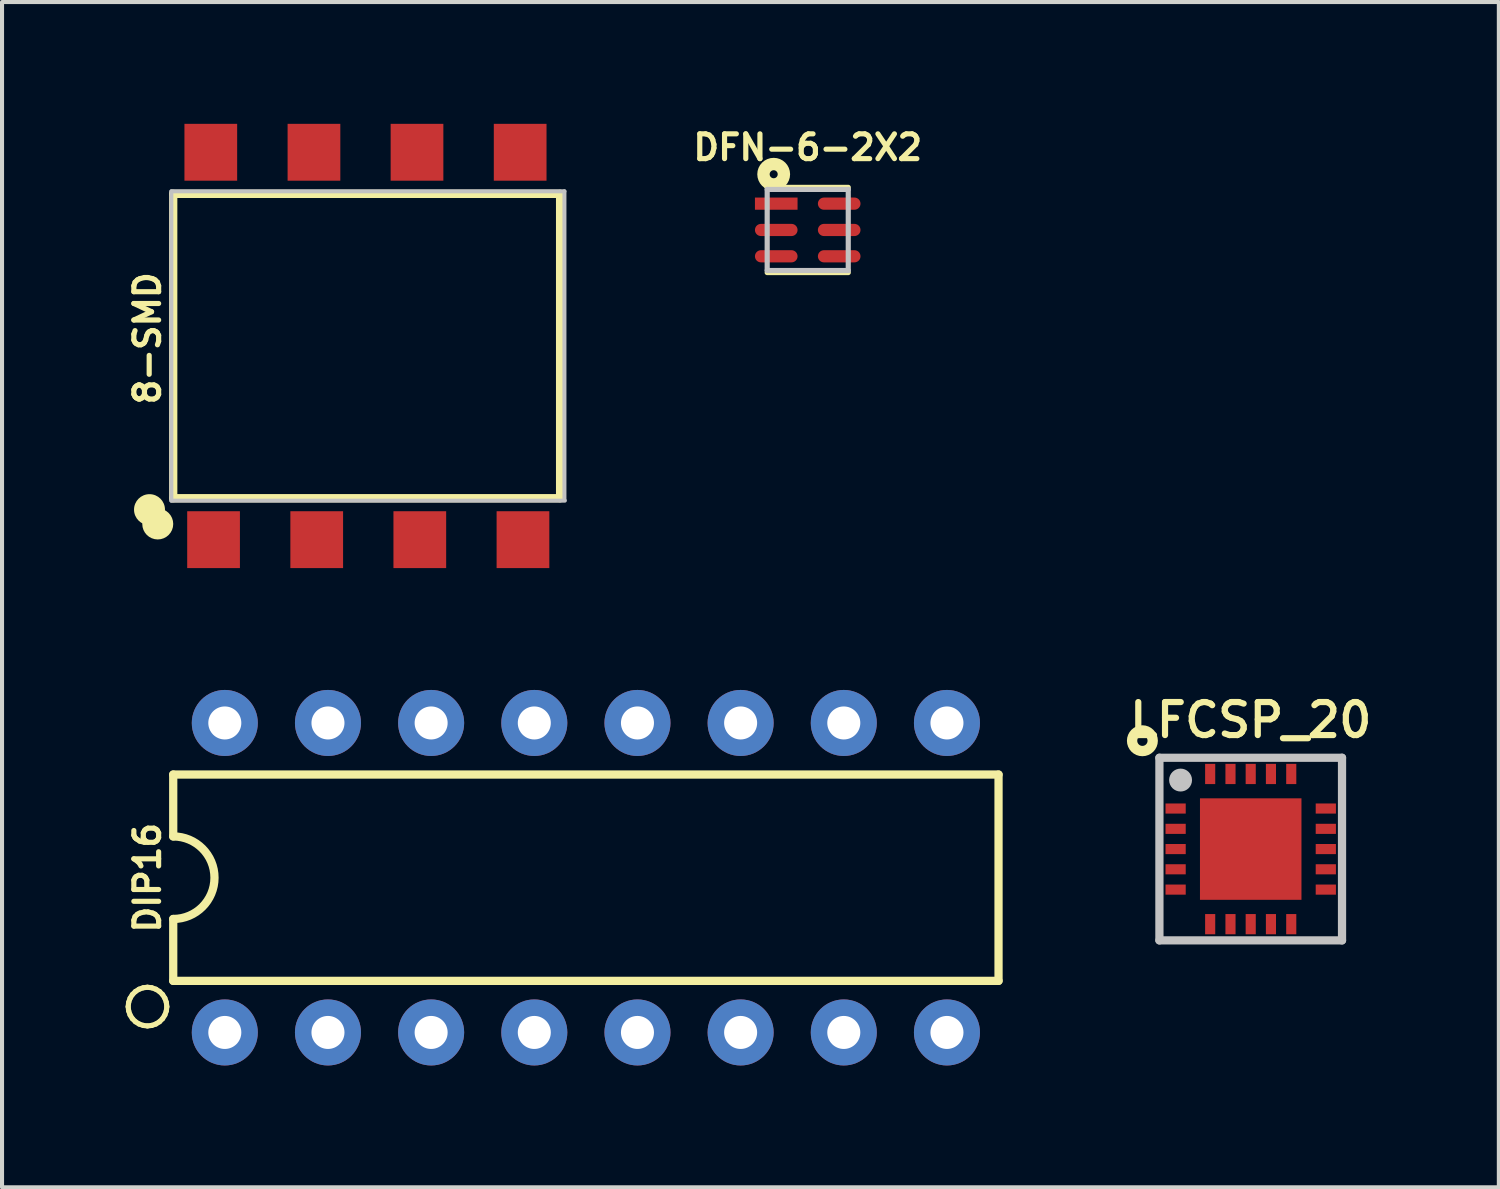
<source format=kicad_pcb>
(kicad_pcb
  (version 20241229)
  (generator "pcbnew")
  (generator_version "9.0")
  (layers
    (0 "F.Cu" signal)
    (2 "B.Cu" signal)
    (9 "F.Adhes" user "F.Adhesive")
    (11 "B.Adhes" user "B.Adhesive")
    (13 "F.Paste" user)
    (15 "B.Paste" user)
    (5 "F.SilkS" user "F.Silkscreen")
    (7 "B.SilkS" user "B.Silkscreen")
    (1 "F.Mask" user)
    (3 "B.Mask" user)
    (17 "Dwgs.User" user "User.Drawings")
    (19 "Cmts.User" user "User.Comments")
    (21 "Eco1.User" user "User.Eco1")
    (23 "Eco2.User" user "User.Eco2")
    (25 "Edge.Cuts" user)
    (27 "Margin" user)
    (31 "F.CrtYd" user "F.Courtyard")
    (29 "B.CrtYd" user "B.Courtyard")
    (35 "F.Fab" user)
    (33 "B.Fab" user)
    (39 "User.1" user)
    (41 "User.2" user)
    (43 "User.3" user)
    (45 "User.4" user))
  (footprint "8-SMD"
    (layer "F.Cu")
    (at 6.168 5.279)
    (property "Reference" "8-SMD" (at -5.588 0 90) (layer "F.SilkS") (effects (font (size 0.61 0.61) (thickness 0.127))))
    (attr smd)
    (fp_line (start -4.953 -3.556) (end 4.572 -3.556) (stroke (width 0.203) (type solid)) (layer "F.SilkS"))
    (fp_line (start -4.953 3.937) (end -4.953 -3.556) (stroke (width 0.203) (type solid)) (layer "F.SilkS"))
    (fp_line (start 4.572 -3.556) (end 4.572 3.937) (stroke (width 0.203) (type solid)) (layer "F.SilkS"))
    (fp_line (start 4.572 3.937) (end -4.953 3.937) (stroke (width 0.203) (type solid)) (layer "F.SilkS"))
    (fp_circle (center -5.537 4.219) (end -5.537 3.838) (stroke (width 0) (type solid)) (fill yes) (layer "F.SilkS"))
    (fp_circle (center -5.334 4.572) (end -5.207 4.572) (stroke (width 0.254) (type solid)) (fill no) (layer "F.SilkS"))
    (fp_circle (center -5.334 4.572) (end -5.08 4.572) (stroke (width 0.254) (type solid)) (fill no) (layer "F.SilkS"))
    (fp_line (start -4.999 -3.619) (end 4.679 -3.619) (stroke (width 0.099) (type solid)) (layer "Dwgs.User"))
    (fp_line (start -4.999 3.998) (end -4.999 -3.619) (stroke (width 0.099) (type solid)) (layer "Dwgs.User"))
    (fp_line (start -4.999 3.998) (end 4.689 3.998) (stroke (width 0.099) (type solid)) (layer "Dwgs.User"))
    (fp_line (start 4.679 -3.619) (end 4.679 3.978) (stroke (width 0.099) (type solid)) (layer "Dwgs.User"))
    (pad "1" smd rect (at -3.96 4.958) (size 1.298 1.4) (layers "F.Cu" "F.Mask" "F.Paste"))
    (pad "2" smd rect (at -1.42 4.958) (size 1.298 1.4) (layers "F.Cu" "F.Mask" "F.Paste"))
    (pad "3" smd rect (at 1.118 4.958) (size 1.298 1.4) (layers "F.Cu" "F.Mask" "F.Paste"))
    (pad "4" smd rect (at 3.658 4.958) (size 1.298 1.4) (layers "F.Cu" "F.Mask" "F.Paste"))
    (pad "5" smd rect (at 3.589 -4.58) (size 1.298 1.4) (layers "F.Cu" "F.Mask" "F.Paste"))
    (pad "6" smd rect (at 1.049 -4.58) (size 1.298 1.4) (layers "F.Cu" "F.Mask" "F.Paste"))
    (pad "7" smd rect (at -1.488 -4.58) (size 1.298 1.4) (layers "F.Cu" "F.Mask" "F.Paste"))
    (pad "8" smd rect (at -4.028 -4.58) (size 1.298 1.4) (layers "F.Cu" "F.Mask" "F.Paste")))
  (footprint "DIP16"
    (layer "F.Cu")
    (at 11.375 18.56)
    (property "Reference" "DIP16" (at -10.795 0 90) (layer "F.SilkS") (effects (font (size 0.61 0.61) (thickness 0.127))))
    (attr exclude_from_pos_files exclude_from_bom)
    (fp_line (start -11.27 3.175) (end -11.257 3.068) (stroke (width 0.127) (type solid)) (layer "F.SilkS"))
    (fp_line (start -11.257 3.068) (end -11.222 2.967) (stroke (width 0.127) (type solid)) (layer "F.SilkS"))
    (fp_line (start -11.257 3.279) (end -11.27 3.175) (stroke (width 0.127) (type solid)) (layer "F.SilkS"))
    (fp_line (start -11.222 2.967) (end -11.166 2.878) (stroke (width 0.127) (type solid)) (layer "F.SilkS"))
    (fp_line (start -11.222 3.381) (end -11.257 3.279) (stroke (width 0.127) (type solid)) (layer "F.SilkS"))
    (fp_line (start -11.166 2.878) (end -11.09 2.802) (stroke (width 0.127) (type solid)) (layer "F.SilkS"))
    (fp_line (start -11.166 3.47) (end -11.222 3.381) (stroke (width 0.127) (type solid)) (layer "F.SilkS"))
    (fp_line (start -11.09 2.802) (end -11.001 2.746) (stroke (width 0.127) (type solid)) (layer "F.SilkS"))
    (fp_line (start -11.09 3.546) (end -11.166 3.47) (stroke (width 0.127) (type solid)) (layer "F.SilkS"))
    (fp_line (start -11.001 2.746) (end -10.899 2.71) (stroke (width 0.127) (type solid)) (layer "F.SilkS"))
    (fp_line (start -11.001 3.602) (end -11.09 3.546) (stroke (width 0.127) (type solid)) (layer "F.SilkS"))
    (fp_line (start -10.899 2.71) (end -10.795 2.697) (stroke (width 0.127) (type solid)) (layer "F.SilkS"))
    (fp_line (start -10.899 3.637) (end -11.001 3.602) (stroke (width 0.127) (type solid)) (layer "F.SilkS"))
    (fp_line (start -10.795 2.697) (end -10.688 2.71) (stroke (width 0.127) (type solid)) (layer "F.SilkS"))
    (fp_line (start -10.795 3.65) (end -10.899 3.637) (stroke (width 0.127) (type solid)) (layer "F.SilkS"))
    (fp_line (start -10.688 2.71) (end -10.587 2.746) (stroke (width 0.127) (type solid)) (layer "F.SilkS"))
    (fp_line (start -10.688 3.637) (end -10.795 3.65) (stroke (width 0.127) (type solid)) (layer "F.SilkS"))
    (fp_line (start -10.587 2.746) (end -10.498 2.802) (stroke (width 0.127) (type solid)) (layer "F.SilkS"))
    (fp_line (start -10.587 3.602) (end -10.688 3.637) (stroke (width 0.127) (type solid)) (layer "F.SilkS"))
    (fp_line (start -10.498 2.802) (end -10.422 2.878) (stroke (width 0.127) (type solid)) (layer "F.SilkS"))
    (fp_line (start -10.498 3.546) (end -10.587 3.602) (stroke (width 0.127) (type solid)) (layer "F.SilkS"))
    (fp_line (start -10.422 2.878) (end -10.366 2.967) (stroke (width 0.127) (type solid)) (layer "F.SilkS"))
    (fp_line (start -10.422 3.47) (end -10.498 3.546) (stroke (width 0.127) (type solid)) (layer "F.SilkS"))
    (fp_line (start -10.366 2.967) (end -10.33 3.068) (stroke (width 0.127) (type solid)) (layer "F.SilkS"))
    (fp_line (start -10.366 3.381) (end -10.422 3.47) (stroke (width 0.127) (type solid)) (layer "F.SilkS"))
    (fp_line (start -10.33 3.068) (end -10.317 3.175) (stroke (width 0.127) (type solid)) (layer "F.SilkS"))
    (fp_line (start -10.33 3.279) (end -10.366 3.381) (stroke (width 0.127) (type solid)) (layer "F.SilkS"))
    (fp_line (start -10.317 3.175) (end -10.33 3.279) (stroke (width 0.127) (type solid)) (layer "F.SilkS"))
    (fp_line (start -10.16 -2.54) (end -10.16 -1.016) (stroke (width 0.203) (type solid)) (layer "F.SilkS"))
    (fp_line (start -10.16 2.54) (end -10.16 1.016) (stroke (width 0.203) (type solid)) (layer "F.SilkS"))
    (fp_line (start -10.16 2.54) (end 10.16 2.54) (stroke (width 0.203) (type solid)) (layer "F.SilkS"))
    (fp_line (start 10.16 -2.54) (end -10.16 -2.54) (stroke (width 0.203) (type solid)) (layer "F.SilkS"))
    (fp_line (start 10.16 -2.54) (end 10.16 2.54) (stroke (width 0.203) (type solid)) (layer "F.SilkS"))
    (fp_arc (start -10.16 -1.016) (mid -9.144 0) (end -10.16 1.016) (stroke (width 0.2032) (type solid)) (layer "F.SilkS"))
    (pad "1" thru_hole circle (at -8.89 3.81) (size 1.626 1.626) (drill 0.813) (layers "*.Cu" "*.Mask"))
    (pad "2" thru_hole circle (at -6.35 3.81) (size 1.626 1.626) (drill 0.813) (layers "*.Cu" "*.Mask"))
    (pad "3" thru_hole circle (at -3.81 3.81) (size 1.626 1.626) (drill 0.813) (layers "*.Cu" "*.Mask"))
    (pad "4" thru_hole circle (at -1.27 3.81) (size 1.626 1.626) (drill 0.813) (layers "*.Cu" "*.Mask"))
    (pad "5" thru_hole circle (at 1.27 3.81) (size 1.626 1.626) (drill 0.813) (layers "*.Cu" "*.Mask"))
    (pad "6" thru_hole circle (at 3.81 3.81) (size 1.626 1.626) (drill 0.813) (layers "*.Cu" "*.Mask"))
    (pad "7" thru_hole circle (at 6.35 3.81) (size 1.626 1.626) (drill 0.813) (layers "*.Cu" "*.Mask"))
    (pad "8" thru_hole circle (at 8.89 3.81) (size 1.626 1.626) (drill 0.813) (layers "*.Cu" "*.Mask"))
    (pad "9" thru_hole circle (at 8.89 -3.81) (size 1.626 1.626) (drill 0.813) (layers "*.Cu" "*.Mask"))
    (pad "10" thru_hole circle (at 6.35 -3.81) (size 1.626 1.626) (drill 0.813) (layers "*.Cu" "*.Mask"))
    (pad "11" thru_hole circle (at 3.81 -3.81) (size 1.626 1.626) (drill 0.813) (layers "*.Cu" "*.Mask"))
    (pad "12" thru_hole circle (at 1.27 -3.81) (size 1.626 1.626) (drill 0.813) (layers "*.Cu" "*.Mask"))
    (pad "13" thru_hole circle (at -1.27 -3.81) (size 1.626 1.626) (drill 0.813) (layers "*.Cu" "*.Mask"))
    (pad "14" thru_hole circle (at -3.81 -3.81) (size 1.626 1.626) (drill 0.813) (layers "*.Cu" "*.Mask"))
    (pad "15" thru_hole circle (at -6.35 -3.81) (size 1.626 1.626) (drill 0.813) (layers "*.Cu" "*.Mask"))
    (pad "16" thru_hole circle (at -8.89 -3.81) (size 1.626 1.626) (drill 0.813) (layers "*.Cu" "*.Mask")))
  (footprint "LFCSP_20"
    (layer "F.Cu")
    (at 27.744 17.855)
    (property "Reference" "LFCSP_20" (at 0 -3.175 0) (layer "F.SilkS") (effects (font (size 0.813 0.813) (thickness 0.152))))
    (attr smd)
    (fp_circle (center -2.667 -2.667) (end -2.413 -2.667) (stroke (width 0.254) (type solid)) (fill no) (layer "F.SilkS"))
    (fp_line (start -2.248 -2.248) (end -2.248 2.248) (stroke (width 0.203) (type solid)) (layer "Dwgs.User"))
    (fp_line (start -2.248 2.248) (end 2.248 2.248) (stroke (width 0.203) (type solid)) (layer "Dwgs.User"))
    (fp_line (start 2.248 -2.248) (end -2.248 -2.248) (stroke (width 0.203) (type solid)) (layer "Dwgs.User"))
    (fp_line (start 2.248 2.248) (end 2.248 -2.248) (stroke (width 0.203) (type solid)) (layer "Dwgs.User"))
    (fp_circle (center -1.727 -1.699) (end -1.727 -1.981) (stroke (width 0) (type solid)) (fill yes) (layer "Dwgs.User"))
    (pad "1" smd rect (at -1.849 -0.998 270) (size 0.249 0.498) (layers "F.Cu" "F.Mask" "F.Paste"))
    (pad "2" smd rect (at -1.849 -0.498 270) (size 0.249 0.498) (layers "F.Cu" "F.Mask" "F.Paste"))
    (pad "3" smd rect (at -1.849 0 270) (size 0.249 0.498) (layers "F.Cu" "F.Mask" "F.Paste"))
    (pad "4" smd rect (at -1.849 0.498 270) (size 0.249 0.498) (layers "F.Cu" "F.Mask" "F.Paste"))
    (pad "5" smd rect (at -1.849 0.998 270) (size 0.249 0.498) (layers "F.Cu" "F.Mask" "F.Paste"))
    (pad "6" smd rect (at -0.998 1.849) (size 0.249 0.498) (layers "F.Cu" "F.Mask" "F.Paste"))
    (pad "7" smd rect (at -0.498 1.849) (size 0.249 0.498) (layers "F.Cu" "F.Mask" "F.Paste"))
    (pad "8" smd rect (at 0 1.849) (size 0.249 0.498) (layers "F.Cu" "F.Mask" "F.Paste"))
    (pad "9" smd rect (at 0.498 1.849) (size 0.249 0.498) (layers "F.Cu" "F.Mask" "F.Paste"))
    (pad "10" smd rect (at 0.998 1.849) (size 0.249 0.498) (layers "F.Cu" "F.Mask" "F.Paste"))
    (pad "11" smd rect (at 1.849 0.998 90) (size 0.249 0.498) (layers "F.Cu" "F.Mask" "F.Paste"))
    (pad "12" smd rect (at 1.849 0.498 90) (size 0.249 0.498) (layers "F.Cu" "F.Mask" "F.Paste"))
    (pad "13" smd rect (at 1.849 0 90) (size 0.249 0.498) (layers "F.Cu" "F.Mask" "F.Paste"))
    (pad "14" smd rect (at 1.849 -0.498 90) (size 0.249 0.498) (layers "F.Cu" "F.Mask" "F.Paste"))
    (pad "15" smd rect (at 1.849 -0.998 90) (size 0.249 0.498) (layers "F.Cu" "F.Mask" "F.Paste"))
    (pad "16" smd rect (at 0.998 -1.849 180) (size 0.249 0.498) (layers "F.Cu" "F.Mask" "F.Paste"))
    (pad "17" smd rect (at 0.498 -1.849 180) (size 0.249 0.498) (layers "F.Cu" "F.Mask" "F.Paste"))
    (pad "18" smd rect (at 0 -1.849 180) (size 0.249 0.498) (layers "F.Cu" "F.Mask" "F.Paste"))
    (pad "19" smd rect (at -0.498 -1.849 180) (size 0.249 0.498) (layers "F.Cu" "F.Mask" "F.Paste"))
    (pad "20" smd rect (at -0.998 -1.849 180) (size 0.249 0.498) (layers "F.Cu" "F.Mask" "F.Paste"))
    (pad "PAD" smd rect (at 0 0) (size 2.499 2.499) (layers "F.Cu" "F.Mask" "F.Paste")))
  (footprint "DFN-6-2X2"
    (layer "F.Cu")
    (at 16.837 2.612)
    (property "Reference" "DFN-6-2X2" (at 0 -2.032 0) (layer "F.SilkS") (effects (font (size 0.61 0.61) (thickness 0.127))))
    (attr smd)
    (fp_line (start -0.998 -1.049) (end 0.998 -1.049) (stroke (width 0.127) (type solid)) (layer "F.SilkS"))
    (fp_line (start -0.998 1.049) (end 0.998 1.049) (stroke (width 0.127) (type solid)) (layer "F.SilkS"))
    (fp_circle (center -0.838 -1.372) (end -0.838 -1.471) (stroke (width 0.305) (type solid)) (fill no) (layer "F.SilkS"))
    (fp_line (start -0.998 -0.998) (end -0.998 0.998) (stroke (width 0.127) (type solid)) (layer "Dwgs.User"))
    (fp_line (start -0.998 0.998) (end 0.998 0.998) (stroke (width 0.127) (type solid)) (layer "Dwgs.User"))
    (fp_line (start 0.998 -0.998) (end -0.998 -0.998) (stroke (width 0.127) (type solid)) (layer "Dwgs.User"))
    (fp_line (start 0.998 0.998) (end 0.998 -0.998) (stroke (width 0.127) (type solid)) (layer "Dwgs.User"))
    (pad "1" smd rect (at -0.775 -0.648 180) (size 1.049 0.3) (layers "F.Cu" "F.Mask" "F.Paste"))
    (pad "2" smd oval (at -0.775 0) (size 1.049 0.3) (layers "F.Cu" "F.Mask" "F.Paste"))
    (pad "3" smd oval (at -0.775 0.648) (size 1.049 0.3) (layers "F.Cu" "F.Mask" "F.Paste"))
    (pad "4" smd oval (at 0.775 0.648) (size 1.049 0.3) (layers "F.Cu" "F.Mask" "F.Paste"))
    (pad "5" smd oval (at 0.775 0) (size 1.049 0.3) (layers "F.Cu" "F.Mask" "F.Paste"))
    (pad "6" smd oval (at 0.775 -0.648) (size 1.049 0.3) (layers "F.Cu" "F.Mask" "F.Paste")))
  (gr_rect
    (start -3 -3)
    (end 33.853 26.183)
    (stroke (width 0.1) (type default))
    (fill no)
    (layer "Edge.Cuts")))
</source>
